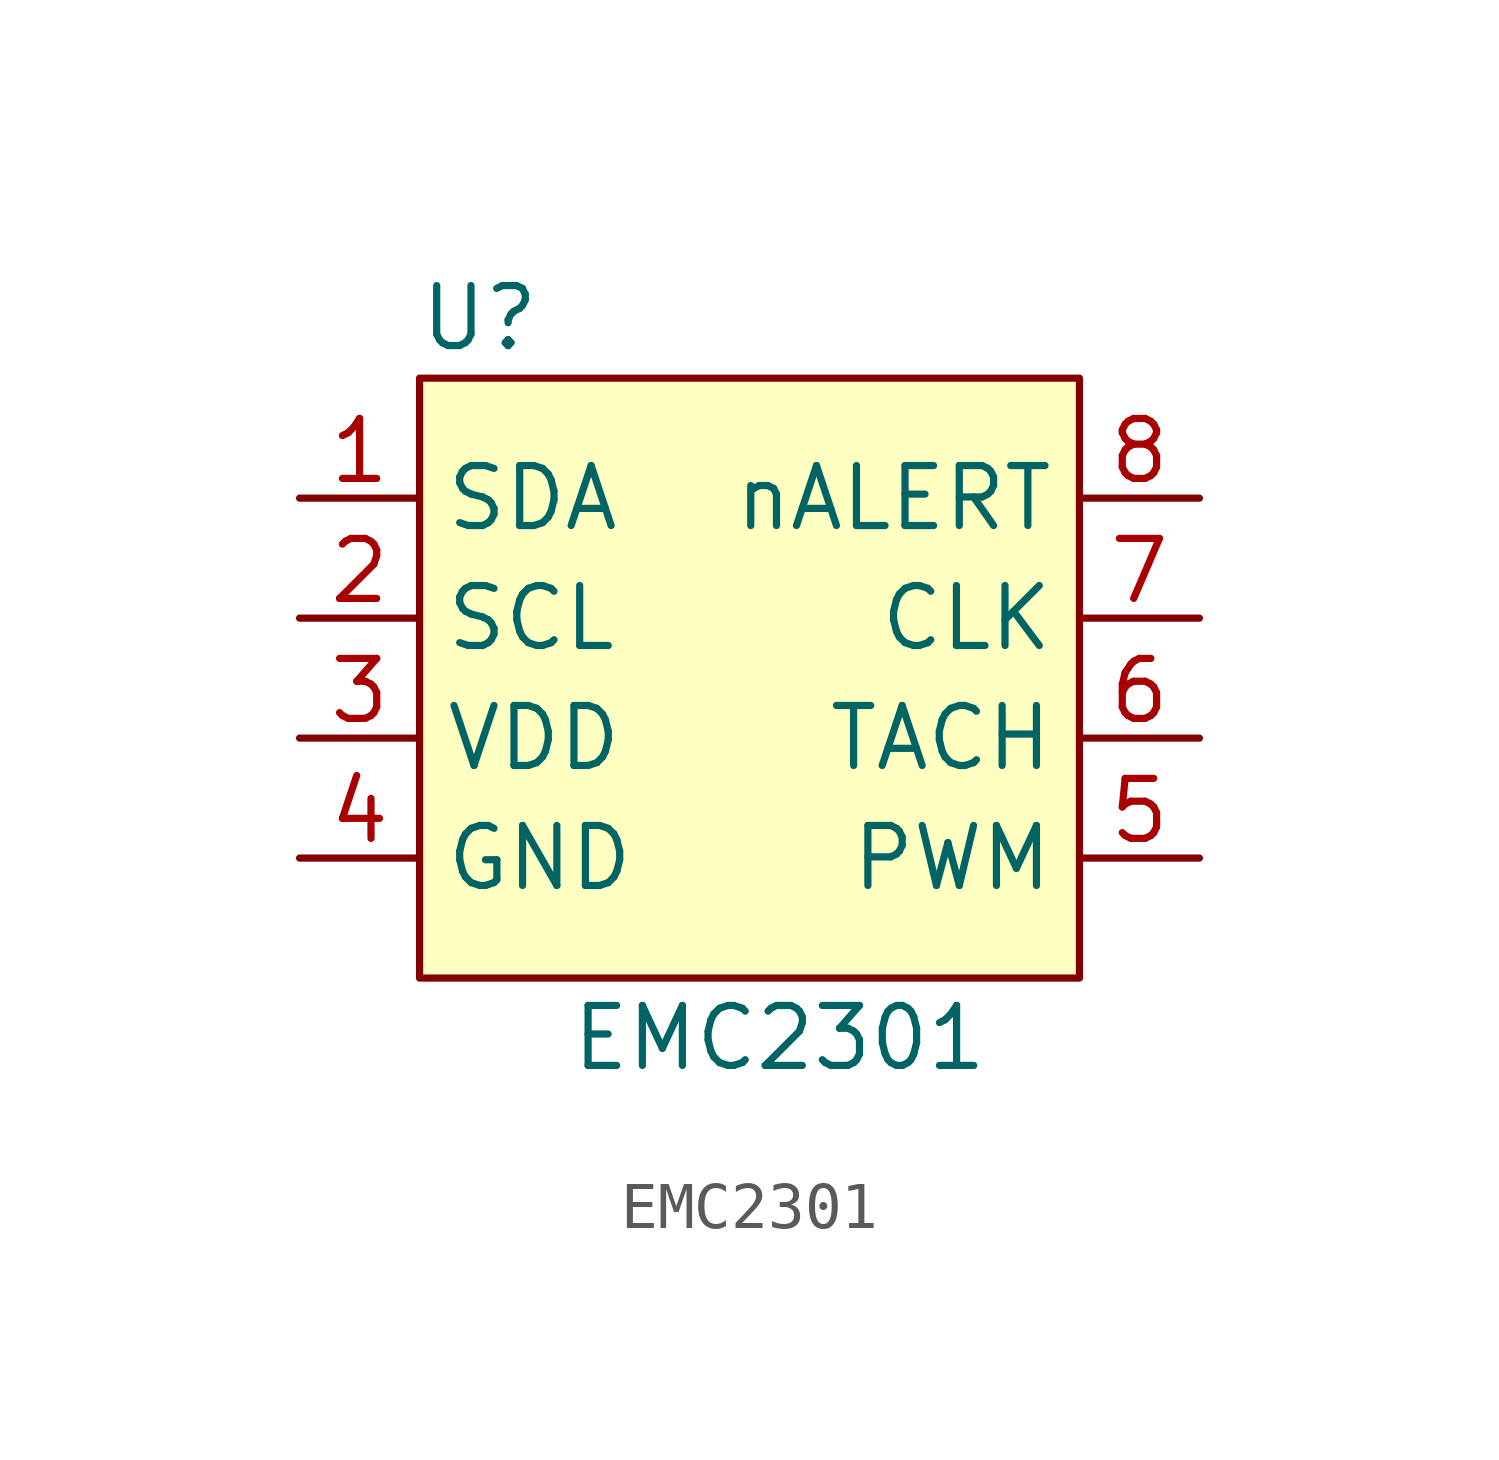
<source format=kicad_sym>
(kicad_symbol_lib
  (version 20231120)
  (generator "kicad_symbol_editor")
  (generator_version "8.0")
  (symbol "EMC2301"
    (property "Reference" "U"
      (at -7.62 13.97 0)
      (effects (font (size 1.27 1.27))))
    (property "Value" "EMC2301"
      (at -1.27 -1.27 0)
      (effects (font (size 1.27 1.27))))
    (symbol "EMC2301_0_0"
      (pin open_collector line (at -11.43 10.16 0) (length 2.54) (name "SDA" (effects (font (size 1.27 1.27)))) (number "1" (effects (font (size 1.27 1.27)))))
      (pin open_collector line (at -11.43 7.62 0) (length 2.54) (name "SCL" (effects (font (size 1.27 1.27)))) (number "2" (effects (font (size 1.27 1.27)))))
      (pin power_in line (at -11.43 5.08 0) (length 2.54) (name "VDD" (effects (font (size 1.27 1.27)))) (number "3" (effects (font (size 1.27 1.27)))))
      (pin power_in line (at -11.43 2.54 0) (length 2.54) (name "GND" (effects (font (size 1.27 1.27)))) (number "4" (effects (font (size 1.27 1.27)))))
      (pin output line (at 7.62 2.54 180) (length 2.54) (name "PWM" (effects (font (size 1.27 1.27)))) (number "5" (effects (font (size 1.27 1.27)))))
      (pin input line (at 7.62 5.08 180) (length 2.54) (name "TACH" (effects (font (size 1.27 1.27)))) (number "6" (effects (font (size 1.27 1.27)))))
      (pin input line (at 7.62 7.62 180) (length 2.54) (name "CLK" (effects (font (size 1.27 1.27)))) (number "7" (effects (font (size 1.27 1.27)))))
      (pin open_collector line (at 7.62 10.16 180) (length 2.54) (name "nALERT" (effects (font (size 1.27 1.27)))) (number "8" (effects (font (size 1.27 1.27))))))
    (symbol "EMC2301_1_1"
      (rectangle (start -8.89 12.7) (end 5.08 0) (stroke (width 0) (type default)) (fill (type background))))))
</source>
